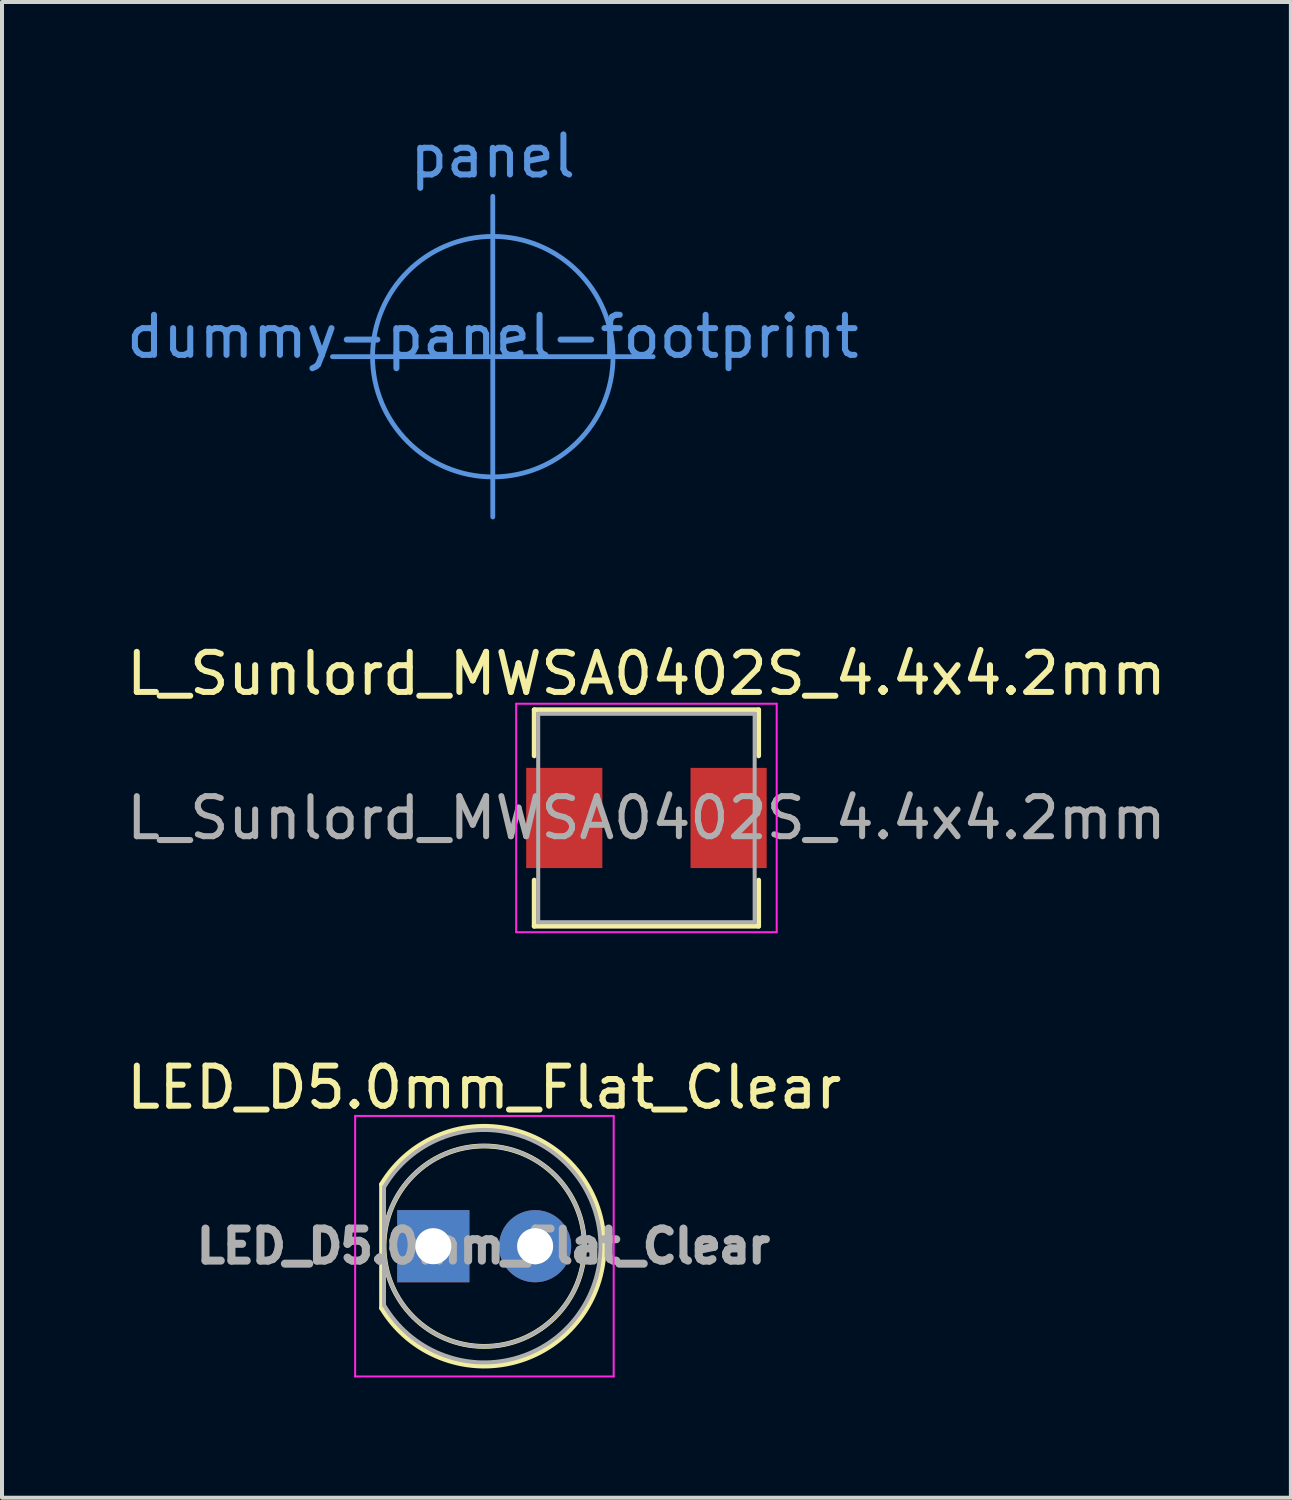
<source format=kicad_pcb>
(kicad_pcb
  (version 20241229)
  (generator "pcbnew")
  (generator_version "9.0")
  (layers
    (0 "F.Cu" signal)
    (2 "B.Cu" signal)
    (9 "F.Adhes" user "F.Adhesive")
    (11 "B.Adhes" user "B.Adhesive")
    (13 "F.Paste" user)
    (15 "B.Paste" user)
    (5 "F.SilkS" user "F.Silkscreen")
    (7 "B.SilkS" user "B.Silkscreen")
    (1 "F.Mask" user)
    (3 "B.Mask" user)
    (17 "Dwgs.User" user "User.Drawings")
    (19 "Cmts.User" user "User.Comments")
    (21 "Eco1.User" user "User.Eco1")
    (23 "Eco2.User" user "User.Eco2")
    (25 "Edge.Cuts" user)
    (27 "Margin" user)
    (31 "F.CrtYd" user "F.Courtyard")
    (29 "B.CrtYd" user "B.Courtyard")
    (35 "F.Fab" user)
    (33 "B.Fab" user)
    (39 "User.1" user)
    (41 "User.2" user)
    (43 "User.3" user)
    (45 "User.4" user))
  (footprint "L_Sunlord_MWSA0402S_4.4x4.2mm"
    (layer "F.Cu")
    (at 13.077 17.357)
    (property "Reference" "L_Sunlord_MWSA0402S_4.4x4.2mm" (at 0 -3.6 0) (layer "F.SilkS") (effects (font (size 1 1) (thickness 0.15))))
    (attr smd)
    (fp_line (start -2.8 -2.7) (end -2.8 -1.55) (stroke (width 0.12) (type solid)) (layer "F.SilkS"))
    (fp_line (start -2.8 -2.7) (end 2.8 -2.7) (stroke (width 0.12) (type solid)) (layer "F.SilkS"))
    (fp_line (start -2.8 2.7) (end -2.8 1.55) (stroke (width 0.12) (type solid)) (layer "F.SilkS"))
    (fp_line (start -2.8 2.7) (end 2.8 2.7) (stroke (width 0.12) (type solid)) (layer "F.SilkS"))
    (fp_line (start 2.8 -2.7) (end 2.8 -1.55) (stroke (width 0.12) (type solid)) (layer "F.SilkS"))
    (fp_line (start 2.8 2.7) (end 2.8 1.55) (stroke (width 0.12) (type solid)) (layer "F.SilkS"))
    (fp_line (start -3.25 -2.85) (end 3.25 -2.85) (stroke (width 0.05) (type solid)) (layer "F.CrtYd"))
    (fp_line (start -3.25 2.85) (end -3.25 -2.85) (stroke (width 0.05) (type solid)) (layer "F.CrtYd"))
    (fp_line (start 3.25 -2.85) (end 3.25 2.85) (stroke (width 0.05) (type solid)) (layer "F.CrtYd"))
    (fp_line (start 3.25 2.85) (end -3.25 2.85) (stroke (width 0.05) (type solid)) (layer "F.CrtYd"))
    (fp_line (start -2.7 -2.6) (end 2.7 -2.6) (stroke (width 0.1) (type solid)) (layer "F.Fab"))
    (fp_line (start -2.7 2.6) (end -2.7 -2.6) (stroke (width 0.1) (type solid)) (layer "F.Fab"))
    (fp_line (start 2.7 -2.6) (end 2.7 2.6) (stroke (width 0.1) (type solid)) (layer "F.Fab"))
    (fp_line (start 2.7 2.6) (end -2.7 2.6) (stroke (width 0.1) (type solid)) (layer "F.Fab"))
    (fp_text user "${REFERENCE}" (at 0 0 0) (layer "F.Fab") (effects (font (size 1 1) (thickness 0.15))))
    (pad "1" smd rect (at -2.05 0) (size 1.9 2.5) (layers "F.Cu" "F.Mask" "F.Paste"))
    (pad "2" smd rect (at 2.05 0) (size 1.9 2.5) (layers "F.Cu" "F.Mask" "F.Paste")))
  (footprint "dummy-panel-footprint"
    (layer "F.Cu")
    (at 9.244 5.848)
    (property "Reference" "dummy-panel-footprint" (at 0 -0.5 0) (unlocked yes) (layer "Cmts.User") (effects (font (size 1 1) (thickness 0.15))))
    (fp_line (start -4 0) (end 4 0) (stroke (width 0.12) (type solid)) (layer "Cmts.User"))
    (fp_line (start 0 -4) (end 0 4) (stroke (width 0.12) (type solid)) (layer "Cmts.User"))
    (fp_circle (center 0 0) (end 3 0) (stroke (width 0.12) (type solid)) (fill no) (layer "Cmts.User"))
    (fp_text user "panel" (at 0 -5 0) (unlocked yes) (layer "Cmts.User") (effects (font (size 1 1) (thickness 0.15)))))
  (footprint "LED_D5.0mm_Flat_Clear"
    (layer "F.Cu")
    (at 9.01 28.04)
    (property "Reference" "LED_D5.0mm_Flat_Clear" (at 0.02 -3.96 0) (layer "F.SilkS") (effects (font (size 1 1) (thickness 0.15))))
    (attr through_hole)
    (fp_line (start -2.54 -1.545) (end -2.54 1.545) (stroke (width 0.12) (type solid)) (layer "F.SilkS"))
    (fp_arc (start -2.54 -1.54483) (mid 0.822002 -2.880433) (end 3.01 0.000462) (stroke (width 0.12) (type solid)) (layer "F.SilkS"))
    (fp_arc (start 3.01 -0.000462) (mid 0.822002 2.880433) (end -2.54 1.54483) (stroke (width 0.12) (type solid)) (layer "F.SilkS"))
    (fp_circle (center 0.02 0) (end 2.52 0) (stroke (width 0.12) (type solid)) (fill no) (layer "F.SilkS"))
    (fp_line (start -3.2 -3.25) (end -3.2 3.25) (stroke (width 0.05) (type solid)) (layer "F.CrtYd"))
    (fp_line (start -3.2 3.25) (end 3.25 3.25) (stroke (width 0.05) (type solid)) (layer "F.CrtYd"))
    (fp_line (start 3.25 -3.25) (end -3.2 -3.25) (stroke (width 0.05) (type solid)) (layer "F.CrtYd"))
    (fp_line (start 3.25 3.25) (end 3.25 -3.25) (stroke (width 0.05) (type solid)) (layer "F.CrtYd"))
    (fp_line (start -2.48 -1.47) (end -2.48 1.47) (stroke (width 0.1) (type solid)) (layer "F.Fab"))
    (fp_arc (start -2.48 -1.469694) (mid 2.92 0.000016) (end -2.480016 1.469666) (stroke (width 0.1) (type solid)) (layer "F.Fab"))
    (fp_circle (center 0.02 0) (end 2.52 0) (stroke (width 0.1) (type solid)) (fill no) (layer "F.Fab"))
    (fp_text user "${REFERENCE}" (at 0 0 0) (layer "F.Fab") (effects (font (size 0.8 0.8) (thickness 0.2))))
    (pad "1" thru_hole rect (at -1.25 0) (size 1.8 1.8) (drill 0.9) (layers "*.Cu" "*.Mask"))
    (pad "2" thru_hole circle (at 1.29 0) (size 1.8 1.8) (drill 0.9) (layers "*.Cu" "*.Mask")))
  (gr_rect
    (start -3 -3)
    (end 29.155 34.315)
    (stroke (width 0.1) (type default))
    (fill no)
    (layer "Edge.Cuts")))
</source>
